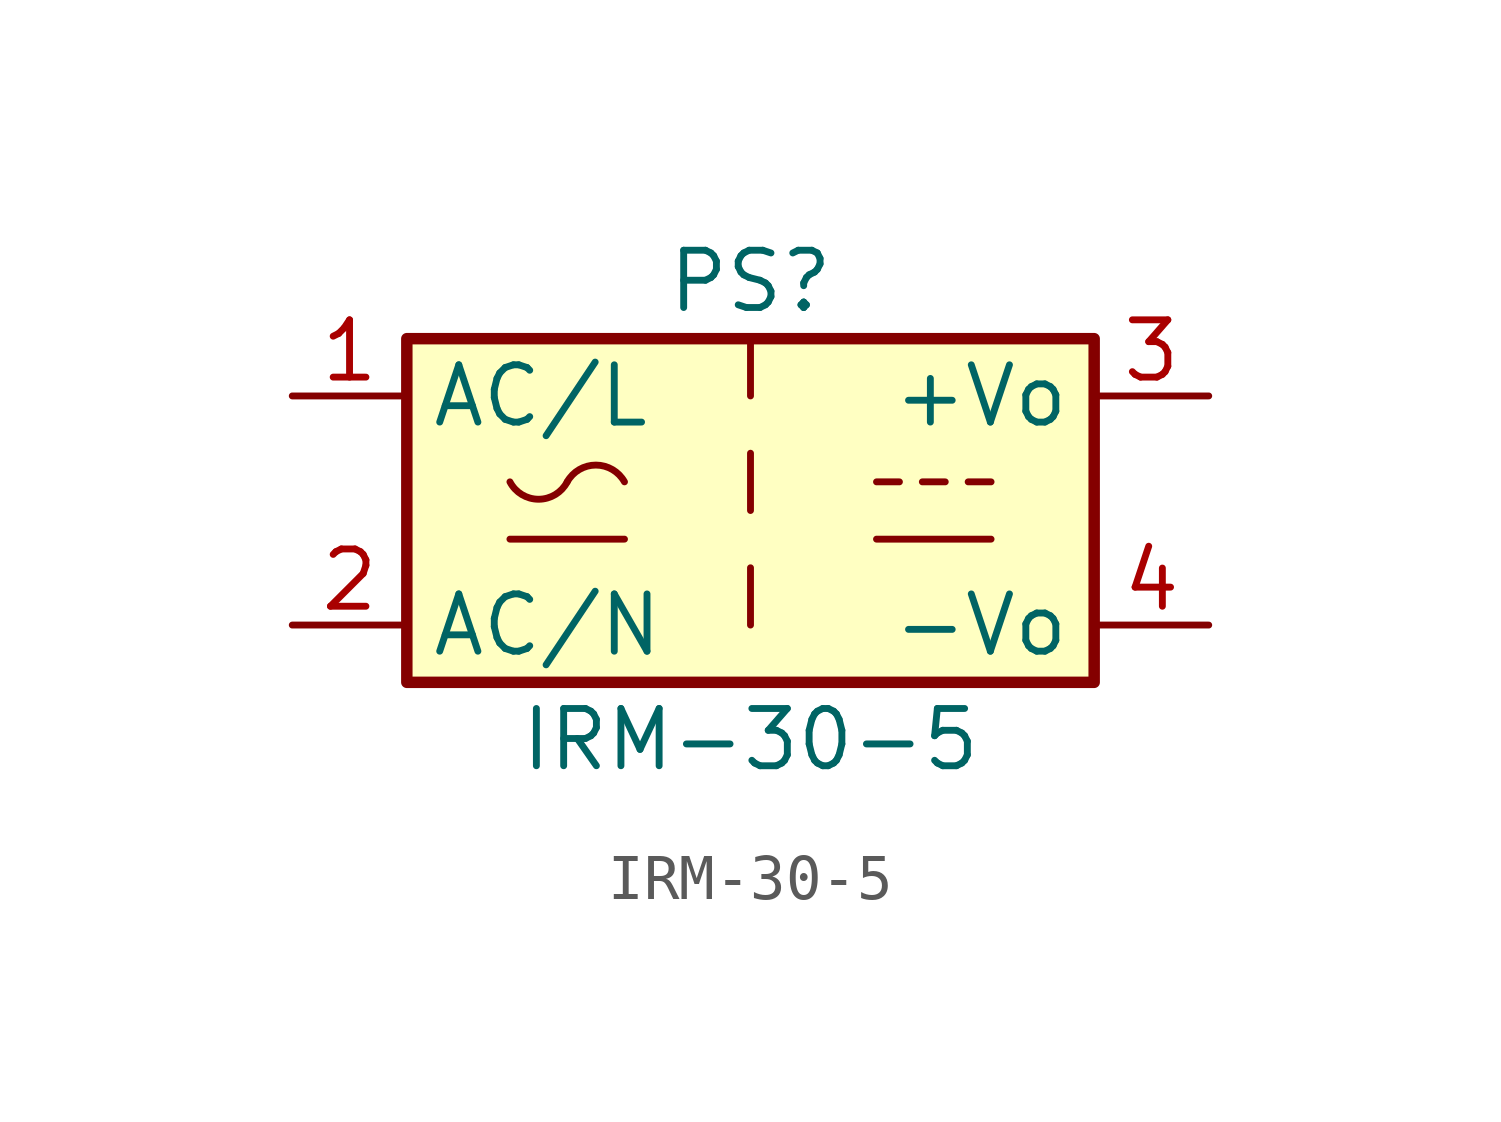
<source format=kicad_sym>
(kicad_symbol_lib
  (version 20211014)
  (generator kicad_symbol_editor)
  (symbol "IRM-30-5"
    (property "Reference" "PS"
      (at 0 5.08 0)
      (effects (font (size 1.27 1.27))))
    (property "Value" "IRM-30-5"
      (at 0 -5.08 0)
      (effects (font (size 1.27 1.27))))
    (symbol "IRM-30-5_0_1"
      (rectangle (start -7.62 3.81) (end 7.62 -3.81) (stroke (width 0.254) (type default) (color 0 0 0 0)) (fill (type background)))
      (arc (start -5.334 0.635) (mid -4.699 0.2495) (end -4.064 0.635) (stroke (width 0) (type default) (color 0 0 0 0)) (fill (type none)))
      (arc (start -2.794 0.635) (mid -3.429 1.0072) (end -4.064 0.635) (stroke (width 0) (type default) (color 0 0 0 0)) (fill (type none)))
      (polyline (pts (xy -5.334 -0.635) (xy -2.794 -0.635)) (stroke (width 0) (type default) (color 0 0 0 0)) (fill (type none)))
      (polyline (pts (xy 0 -1.27) (xy 0 -2.54)) (stroke (width 0) (type default) (color 0 0 0 0)) (fill (type none)))
      (polyline (pts (xy 0 1.27) (xy 0 0)) (stroke (width 0) (type default) (color 0 0 0 0)) (fill (type none)))
      (polyline (pts (xy 0 3.81) (xy 0 2.54)) (stroke (width 0) (type default) (color 0 0 0 0)) (fill (type none)))
      (polyline (pts (xy 2.794 -0.635) (xy 5.334 -0.635)) (stroke (width 0) (type default) (color 0 0 0 0)) (fill (type none)))
      (polyline (pts (xy 2.794 0.635) (xy 3.302 0.635)) (stroke (width 0) (type default) (color 0 0 0 0)) (fill (type none)))
      (polyline (pts (xy 3.81 0.635) (xy 4.318 0.635)) (stroke (width 0) (type default) (color 0 0 0 0)) (fill (type none)))
      (polyline (pts (xy 4.826 0.635) (xy 5.334 0.635)) (stroke (width 0) (type default) (color 0 0 0 0)) (fill (type none))))
    (symbol "IRM-30-5_1_1"
      (pin power_in line (at -10.16 2.54 0) (length 2.54) (name "AC/L" (effects (font (size 1.27 1.27)))) (number "1" (effects (font (size 1.27 1.27)))))
      (pin power_in line (at -10.16 -2.54 0) (length 2.54) (name "AC/N" (effects (font (size 1.27 1.27)))) (number "2" (effects (font (size 1.27 1.27)))))
      (pin power_out line (at 10.16 2.54 180) (length 2.54) (name "+Vo" (effects (font (size 1.27 1.27)))) (number "3" (effects (font (size 1.27 1.27)))))
      (pin power_out line (at 10.16 -2.54 180) (length 2.54) (name "-Vo" (effects (font (size 1.27 1.27)))) (number "4" (effects (font (size 1.27 1.27))))))))
</source>
